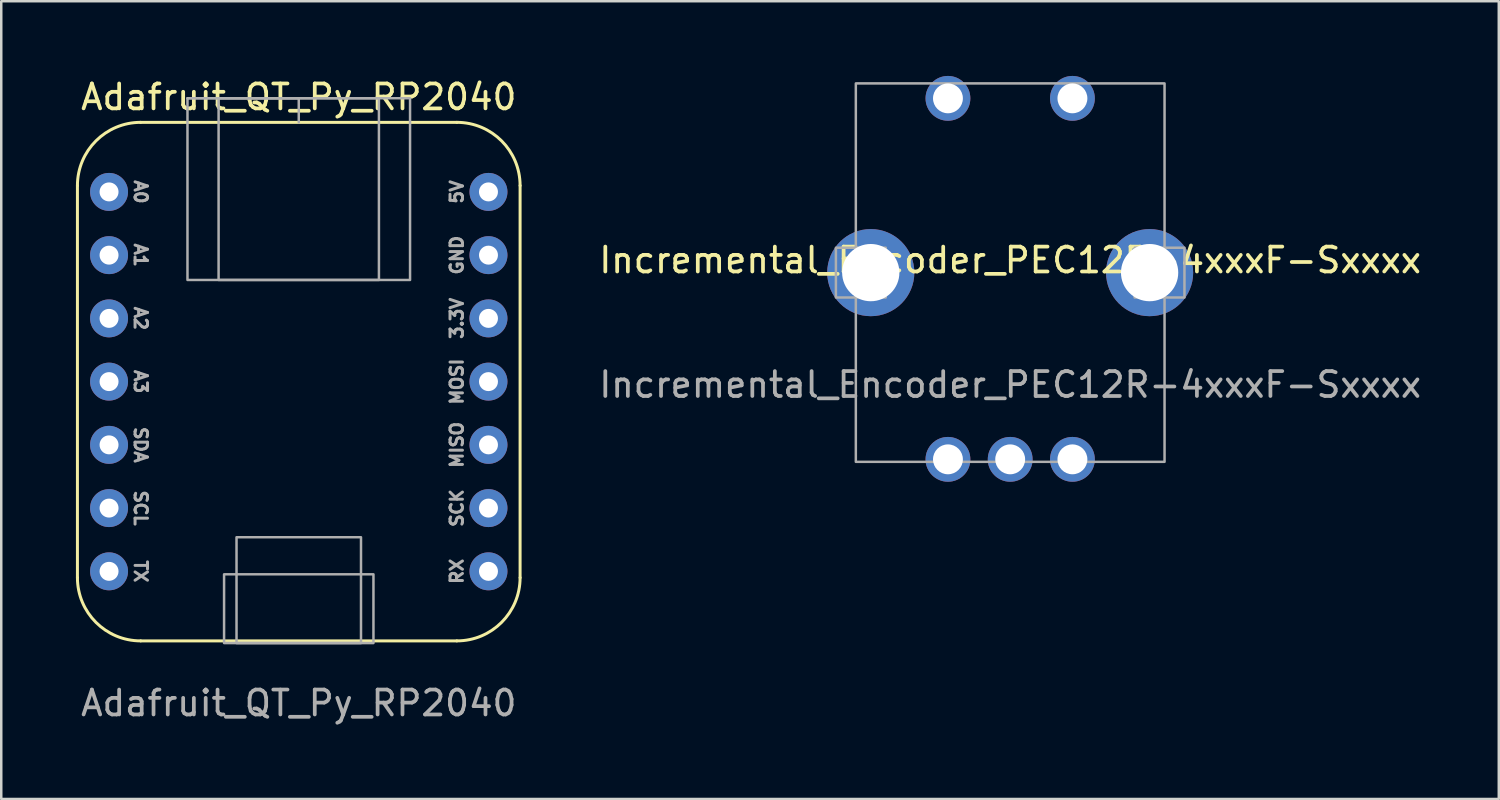
<source format=kicad_pcb>
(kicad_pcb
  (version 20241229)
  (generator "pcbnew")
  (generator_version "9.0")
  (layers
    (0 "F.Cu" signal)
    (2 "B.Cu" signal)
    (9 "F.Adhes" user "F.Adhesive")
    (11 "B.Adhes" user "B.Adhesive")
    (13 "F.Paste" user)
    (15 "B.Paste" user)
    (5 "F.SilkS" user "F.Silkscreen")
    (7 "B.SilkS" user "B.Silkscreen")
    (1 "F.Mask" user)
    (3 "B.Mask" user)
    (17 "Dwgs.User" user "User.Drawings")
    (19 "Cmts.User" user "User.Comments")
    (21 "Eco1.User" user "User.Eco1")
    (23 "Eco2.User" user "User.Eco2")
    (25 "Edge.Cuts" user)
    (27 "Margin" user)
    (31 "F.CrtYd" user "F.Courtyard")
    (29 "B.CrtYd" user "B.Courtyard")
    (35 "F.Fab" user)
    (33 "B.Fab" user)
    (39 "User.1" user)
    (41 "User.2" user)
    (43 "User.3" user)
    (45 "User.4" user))
  (footprint "Incremental_Encoder_PEC12R-4xxxF-Sxxxx"
    (layer "F.Cu")
    (at 37.525 7.9)
    (property "Reference" "Incremental_Encoder_PEC12R-4xxxF-Sxxxx" (at 0 -0.5 0) (unlocked yes) (layer "F.SilkS") (effects (font (size 1 1) (thickness 0.15))))
    (attr through_hole)
    (fp_rect (start -7 -1) (end -5 1) (stroke (width 0.1) (type solid)) (fill no) (layer "F.Fab"))
    (fp_rect (start -6.2 -7.6) (end 6.2 7.6) (stroke (width 0.1) (type solid)) (fill no) (layer "F.Fab"))
    (fp_rect (start 7 -1) (end 5 1) (stroke (width 0.1) (type solid)) (fill no) (layer "F.Fab"))
    (fp_text user "${REFERENCE}" (at 0 4.5 0) (unlocked yes) (layer "F.Fab") (effects (font (size 1 1) (thickness 0.15))))
    (pad "1" thru_hole circle (at -2.5 -7) (size 1.8 1.8) (drill 1.2) (layers "*.Cu" "*.Mask"))
    (pad "2" thru_hole circle (at 2.5 -7) (size 1.8 1.8) (drill 1.2) (layers "*.Cu" "*.Mask"))
    (pad "A" thru_hole circle (at -2.5 7.5) (size 1.8 1.8) (drill 1.2) (layers "*.Cu" "*.Mask"))
    (pad "B" thru_hole circle (at 2.5 7.5) (size 1.8 1.8) (drill 1.2) (layers "*.Cu" "*.Mask"))
    (pad "C" thru_hole circle (at 0 7.5) (size 1.8 1.8) (drill 1.2) (layers "*.Cu" "*.Mask"))
    (pad "MH1" thru_hole circle (at 5.6 0) (size 3.5 3.5) (drill 2.3) (layers "*.Cu" "*.Mask"))
    (pad "MH2" thru_hole circle (at -5.6 0) (size 3.5 3.5) (drill 2.3) (layers "*.Cu" "*.Mask")))
  (footprint "Adafruit_QT_Py_RP2040"
    (layer "F.Cu")
    (at 8.95 12.278)
    (property "Reference" "Adafruit_QT_Py_RP2040" (at 0 -11.43 0) (unlocked yes) (layer "F.SilkS") (effects (font (size 1 1) (thickness 0.15))))
    (attr through_hole)
    (fp_line (start -8.89 7.874) (end -8.89 -7.874) (stroke (width 0.12) (type solid)) (layer "F.SilkS"))
    (fp_line (start -6.35 -10.414) (end 6.35 -10.414) (stroke (width 0.12) (type solid)) (layer "F.SilkS"))
    (fp_line (start -6.35 10.414) (end 6.35 10.414) (stroke (width 0.12) (type solid)) (layer "F.SilkS"))
    (fp_line (start 8.89 -7.874) (end 8.89 7.874) (stroke (width 0.12) (type solid)) (layer "F.SilkS"))
    (fp_arc (start -8.89 -7.874) (mid -8.146051 -9.670051) (end -6.35 -10.414) (stroke (width 0.12) (type solid)) (layer "F.SilkS"))
    (fp_arc (start -6.35 10.414) (mid -8.146051 9.670051) (end -8.89 7.874) (stroke (width 0.12) (type solid)) (layer "F.SilkS"))
    (fp_arc (start 6.35 -10.414) (mid 8.146051 -9.670051) (end 8.89 -7.874) (stroke (width 0.12) (type solid)) (layer "F.SilkS"))
    (fp_arc (start 8.89 7.874) (mid 8.146051 9.670051) (end 6.35 10.414) (stroke (width 0.12) (type solid)) (layer "F.SilkS"))
    (fp_line (start 0 -11.383) (end -4.47 -11.383) (stroke (width 0.1) (type solid)) (layer "F.Fab"))
    (fp_line (start 0 -10.414) (end 0 -11.383) (stroke (width 0.1) (type solid)) (layer "F.Fab"))
    (fp_rect (start -4.47 -11.383) (end 4.47 -4.083) (stroke (width 0.1) (type solid)) (fill no) (layer "F.Fab"))
    (fp_rect (start -3.22 -11.383) (end 3.22 -4.083) (stroke (width 0.1) (type solid)) (fill no) (layer "F.Fab"))
    (fp_rect (start -3 7.74) (end 3 10.501) (stroke (width 0.1) (type solid)) (fill no) (layer "F.Fab"))
    (fp_rect (start -2.5 6.251) (end 2.5 10.501) (stroke (width 0.1) (type solid)) (fill no) (layer "F.Fab"))
    (fp_text user "MOSI" (at 6.35 0 90) (unlocked yes) (layer "F.Fab") (effects (font (size 0.5 0.5) (thickness 0.12))))
    (fp_text user "TX" (at -6.35 7.62 270) (unlocked yes) (layer "F.Fab") (effects (font (size 0.5 0.5) (thickness 0.12))))
    (fp_text user "A3" (at -6.35 0 270) (unlocked yes) (layer "F.Fab") (effects (font (size 0.5 0.5) (thickness 0.12))))
    (fp_text user "SCL" (at -6.35 5.08 270) (unlocked yes) (layer "F.Fab") (effects (font (size 0.5 0.5) (thickness 0.12))))
    (fp_text user "A0" (at -6.35 -7.62 270) (unlocked yes) (layer "F.Fab") (effects (font (size 0.5 0.5) (thickness 0.12))))
    (fp_text user "SDA" (at -6.35 2.54 270) (unlocked yes) (layer "F.Fab") (effects (font (size 0.5 0.5) (thickness 0.12))))
    (fp_text user "GND" (at 6.35 -5.08 90) (unlocked yes) (layer "F.Fab") (effects (font (size 0.5 0.5) (thickness 0.12))))
    (fp_text user "${REFERENCE}" (at 0 12.914 0) (unlocked yes) (layer "F.Fab") (effects (font (size 1 1) (thickness 0.15))))
    (fp_text user "SCK" (at 6.35 5.08 90) (unlocked yes) (layer "F.Fab") (effects (font (size 0.5 0.5) (thickness 0.12))))
    (fp_text user "RX" (at 6.35 7.62 90) (unlocked yes) (layer "F.Fab") (effects (font (size 0.5 0.5) (thickness 0.12))))
    (fp_text user "3.3V" (at 6.35 -2.54 90) (unlocked yes) (layer "F.Fab") (effects (font (size 0.5 0.5) (thickness 0.12))))
    (fp_text user "MISO" (at 6.35 2.54 90) (unlocked yes) (layer "F.Fab") (effects (font (size 0.5 0.5) (thickness 0.12))))
    (fp_text user "A2" (at -6.35 -2.54 270) (unlocked yes) (layer "F.Fab") (effects (font (size 0.5 0.5) (thickness 0.12))))
    (fp_text user "A1" (at -6.35 -5.08 270) (unlocked yes) (layer "F.Fab") (effects (font (size 0.5 0.5) (thickness 0.12))))
    (fp_text user "5V" (at 6.35 -7.62 90) (unlocked yes) (layer "F.Fab") (effects (font (size 0.5 0.5) (thickness 0.12))))
    (pad "1" thru_hole circle (at -7.62 -7.62) (size 1.524 1.524) (drill 0.762) (layers "*.Cu" "*.Mask"))
    (pad "2" thru_hole circle (at -7.62 -5.08) (size 1.524 1.524) (drill 0.762) (layers "*.Cu" "*.Mask"))
    (pad "3" thru_hole circle (at -7.62 -2.54) (size 1.524 1.524) (drill 0.762) (layers "*.Cu" "*.Mask"))
    (pad "4" thru_hole circle (at -7.62 0) (size 1.524 1.524) (drill 0.762) (layers "*.Cu" "*.Mask"))
    (pad "5" thru_hole circle (at -7.62 2.54) (size 1.524 1.524) (drill 0.762) (layers "*.Cu" "*.Mask"))
    (pad "6" thru_hole circle (at -7.62 5.08) (size 1.524 1.524) (drill 0.762) (layers "*.Cu" "*.Mask"))
    (pad "7" thru_hole circle (at -7.62 7.62) (size 1.524 1.524) (drill 0.762) (layers "*.Cu" "*.Mask"))
    (pad "8" thru_hole circle (at 7.62 7.62) (size 1.524 1.524) (drill 0.762) (layers "*.Cu" "*.Mask"))
    (pad "9" thru_hole circle (at 7.62 5.08) (size 1.524 1.524) (drill 0.762) (layers "*.Cu" "*.Mask"))
    (pad "10" thru_hole circle (at 7.62 2.54) (size 1.524 1.524) (drill 0.762) (layers "*.Cu" "*.Mask"))
    (pad "11" thru_hole circle (at 7.62 0) (size 1.524 1.524) (drill 0.762) (layers "*.Cu" "*.Mask"))
    (pad "12" thru_hole circle (at 7.62 -2.54) (size 1.524 1.524) (drill 0.762) (layers "*.Cu" "*.Mask"))
    (pad "13" thru_hole circle (at 7.62 -5.08) (size 1.524 1.524) (drill 0.762) (layers "*.Cu" "*.Mask"))
    (pad "14" thru_hole circle (at 7.62 -7.62) (size 1.524 1.524) (drill 0.762) (layers "*.Cu" "*.Mask")))
  (gr_rect
    (start -3 -3)
    (end 57.15 29.041)
    (stroke (width 0.1) (type default))
    (fill no)
    (layer "Edge.Cuts")))
</source>
